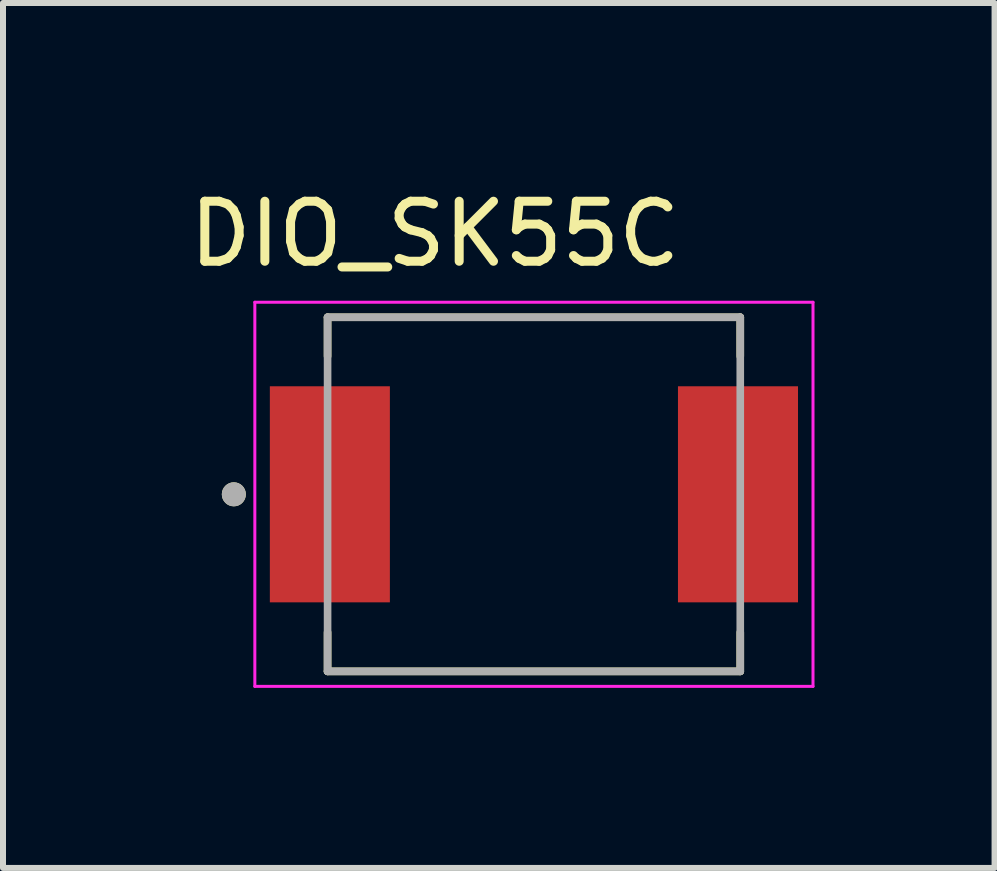
<source format=kicad_pcb>
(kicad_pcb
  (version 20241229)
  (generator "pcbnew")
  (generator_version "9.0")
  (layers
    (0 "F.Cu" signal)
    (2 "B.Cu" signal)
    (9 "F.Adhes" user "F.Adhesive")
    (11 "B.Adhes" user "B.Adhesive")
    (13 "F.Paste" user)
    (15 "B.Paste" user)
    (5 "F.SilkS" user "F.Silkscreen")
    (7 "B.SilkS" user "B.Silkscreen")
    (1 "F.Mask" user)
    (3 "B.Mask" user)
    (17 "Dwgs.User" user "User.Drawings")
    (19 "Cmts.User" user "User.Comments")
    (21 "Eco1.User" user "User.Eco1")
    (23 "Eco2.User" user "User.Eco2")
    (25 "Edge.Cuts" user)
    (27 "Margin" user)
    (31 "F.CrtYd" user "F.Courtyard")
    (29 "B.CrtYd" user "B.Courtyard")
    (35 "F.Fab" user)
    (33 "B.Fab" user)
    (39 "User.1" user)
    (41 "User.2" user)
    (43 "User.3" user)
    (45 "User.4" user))
  (footprint "DIO_SK55C"
    (layer "F.Cu")
    (at 5.846 5.186)
    (property "Reference" "DIO_SK55C" (at -1.65 -4.338 0) (layer "F.SilkS") (effects (font (size 1 1) (thickness 0.15))))
    (attr smd)
    (fp_line (start -3.438 -2.95) (end -3.438 -2.3) (stroke (width 0.127) (type solid)) (layer "F.SilkS"))
    (fp_line (start -3.438 2.95) (end -3.438 2.3) (stroke (width 0.127) (type solid)) (layer "F.SilkS"))
    (fp_line (start -3.438 2.95) (end 3.438 2.95) (stroke (width 0.127) (type solid)) (layer "F.SilkS"))
    (fp_line (start 3.438 -2.95) (end -3.438 -2.95) (stroke (width 0.127) (type solid)) (layer "F.SilkS"))
    (fp_line (start 3.438 -2.3) (end 3.438 -2.95) (stroke (width 0.127) (type solid)) (layer "F.SilkS"))
    (fp_line (start 3.438 2.95) (end 3.438 2.3) (stroke (width 0.127) (type solid)) (layer "F.SilkS"))
    (fp_circle (center -5 0) (end -4.9 0) (stroke (width 0.2) (type solid)) (fill no) (layer "F.SilkS"))
    (fp_line (start -4.65 -3.2) (end -4.65 3.2) (stroke (width 0.05) (type solid)) (layer "F.CrtYd"))
    (fp_line (start -4.65 3.2) (end 4.65 3.2) (stroke (width 0.05) (type solid)) (layer "F.CrtYd"))
    (fp_line (start 4.65 -3.2) (end -4.65 -3.2) (stroke (width 0.05) (type solid)) (layer "F.CrtYd"))
    (fp_line (start 4.65 3.2) (end 4.65 -3.2) (stroke (width 0.05) (type solid)) (layer "F.CrtYd"))
    (fp_line (start -3.438 -2.95) (end -3.438 2.95) (stroke (width 0.127) (type solid)) (layer "F.Fab"))
    (fp_line (start -3.438 2.95) (end 3.438 2.95) (stroke (width 0.127) (type solid)) (layer "F.Fab"))
    (fp_line (start 3.438 -2.95) (end -3.438 -2.95) (stroke (width 0.127) (type solid)) (layer "F.Fab"))
    (fp_line (start 3.438 2.95) (end 3.438 -2.95) (stroke (width 0.127) (type solid)) (layer "F.Fab"))
    (fp_circle (center -5 0) (end -4.9 0) (stroke (width 0.2) (type solid)) (fill no) (layer "F.Fab"))
    (pad "A" smd rect (at 3.4 0) (size 2 3.6) (layers "F.Cu" "F.Mask" "F.Paste"))
    (pad "C" smd rect (at -3.4 0) (size 2 3.6) (layers "F.Cu" "F.Mask" "F.Paste")))
  (gr_rect
    (start -3 -3)
    (end 13.521 11.411)
    (stroke (width 0.1) (type default))
    (fill no)
    (layer "Edge.Cuts")))
</source>
